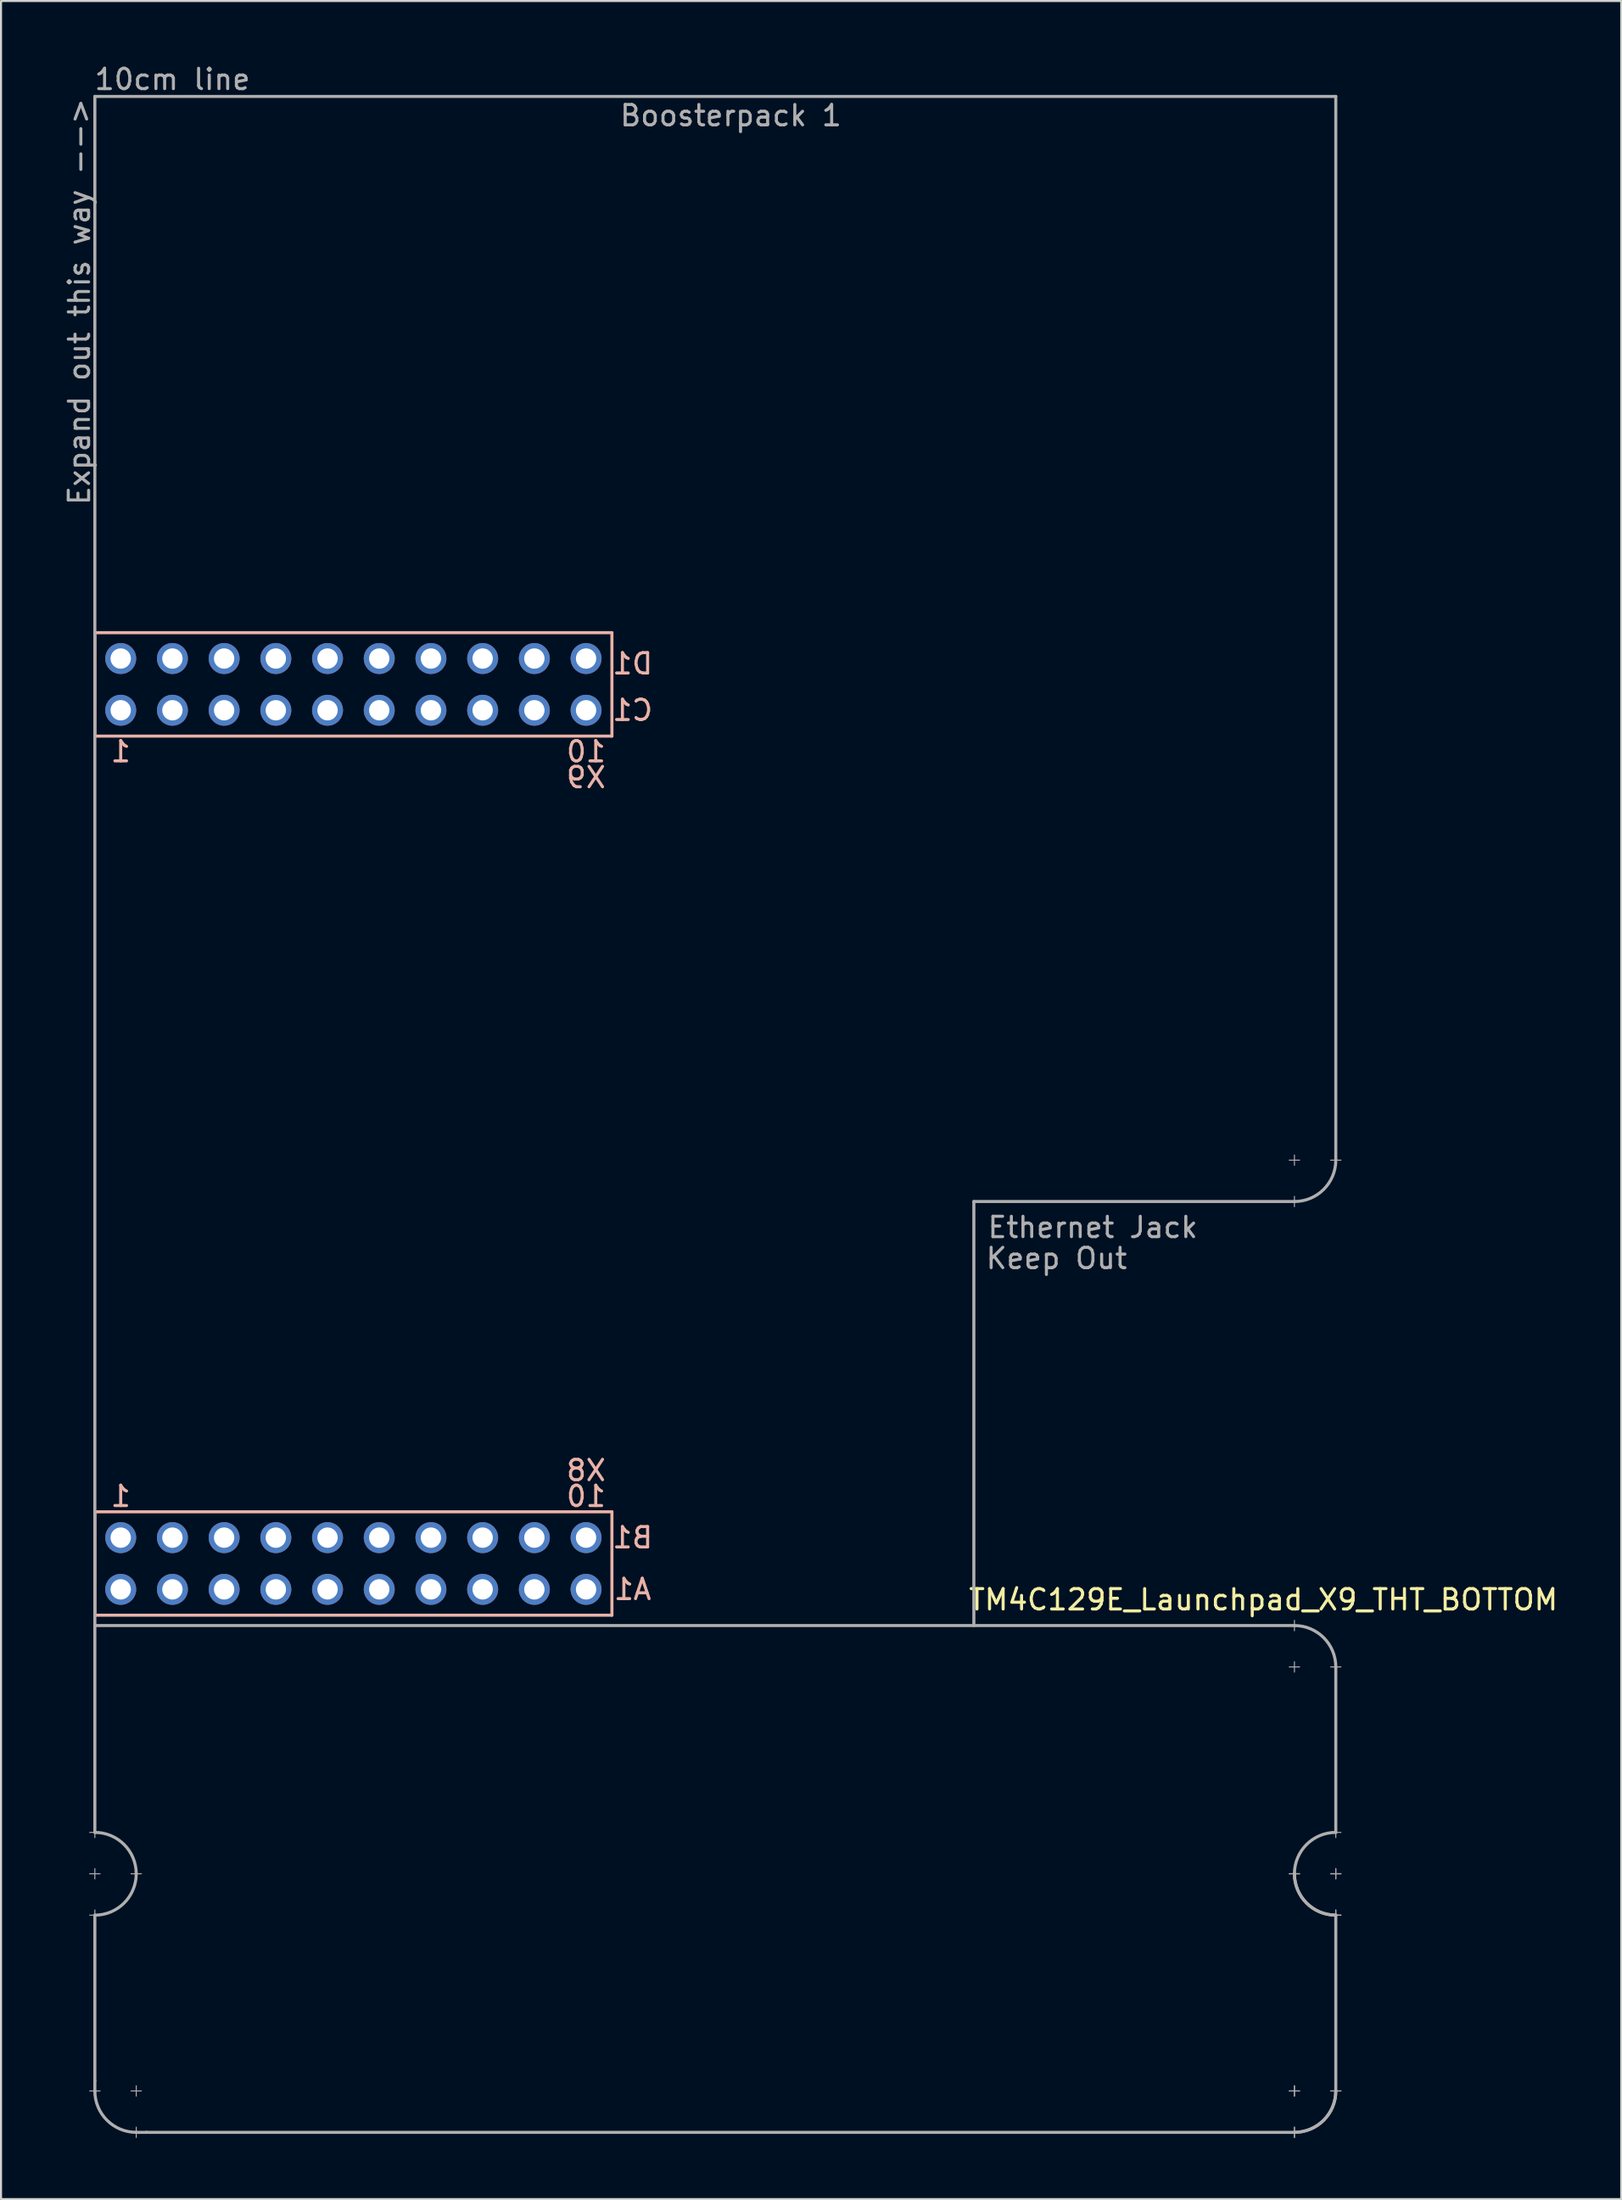
<source format=kicad_pcb>
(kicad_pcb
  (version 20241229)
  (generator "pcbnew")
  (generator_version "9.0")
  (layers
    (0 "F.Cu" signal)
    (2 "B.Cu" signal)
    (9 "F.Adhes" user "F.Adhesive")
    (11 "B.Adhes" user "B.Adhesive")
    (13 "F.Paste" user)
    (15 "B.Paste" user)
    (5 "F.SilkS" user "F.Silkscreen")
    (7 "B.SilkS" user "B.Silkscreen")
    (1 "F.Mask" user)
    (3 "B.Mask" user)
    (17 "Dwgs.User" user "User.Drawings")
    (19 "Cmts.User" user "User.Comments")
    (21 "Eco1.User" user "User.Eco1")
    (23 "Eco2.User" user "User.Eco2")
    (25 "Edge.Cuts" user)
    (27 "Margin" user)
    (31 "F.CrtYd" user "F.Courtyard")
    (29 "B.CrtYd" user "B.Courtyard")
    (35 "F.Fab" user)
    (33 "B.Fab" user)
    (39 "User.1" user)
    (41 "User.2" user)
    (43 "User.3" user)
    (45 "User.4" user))
  (footprint "TM4C129E_Launchpad_X9_THT_BOTTOM"
    (layer "F.Cu")
    (at 1.61 76.286)
    (property "Reference" "TM4C129E_Launchpad_X9_THT_BOTTOM" (at 57.404 -0.762 180) (layer "F.SilkS") (effects (font (size 1 1) (thickness 0.15))))
    (attr through_hole)
    (fp_line (start 0 -48.26) (end 0 -43.18) (stroke (width 0.15) (type solid)) (layer "B.SilkS"))
    (fp_line (start 0 -43.18) (end 25.4 -43.18) (stroke (width 0.15) (type solid)) (layer "B.SilkS"))
    (fp_line (start 0 -5.08) (end 0 0) (stroke (width 0.15) (type solid)) (layer "B.SilkS"))
    (fp_line (start 0 0) (end 25.4 0) (stroke (width 0.15) (type solid)) (layer "B.SilkS"))
    (fp_line (start 25.4 -48.26) (end 0 -48.26) (stroke (width 0.15) (type solid)) (layer "B.SilkS"))
    (fp_line (start 25.4 -43.18) (end 25.4 -48.26) (stroke (width 0.15) (type solid)) (layer "B.SilkS"))
    (fp_line (start 25.4 -5.08) (end 0 -5.08) (stroke (width 0.15) (type solid)) (layer "B.SilkS"))
    (fp_line (start 25.4 0) (end 25.4 -5.08) (stroke (width 0.15) (type solid)) (layer "B.SilkS"))
    (fp_line (start -0.254 10.668) (end 0.254 10.668) (stroke (width 0.05) (type solid)) (layer "F.Fab"))
    (fp_line (start -0.254 12.7) (end 0.254 12.7) (stroke (width 0.05) (type solid)) (layer "F.Fab"))
    (fp_line (start -0.254 14.732) (end 0.254 14.732) (stroke (width 0.05) (type solid)) (layer "F.Fab"))
    (fp_line (start -0.254 23.368) (end 0.254 23.368) (stroke (width 0.05) (type solid)) (layer "F.Fab"))
    (fp_line (start 0 -74.6) (end 60.96 -74.6) (stroke (width 0.15) (type solid)) (layer "F.Fab"))
    (fp_line (start 0 0) (end 0 -74.6) (stroke (width 0.15) (type solid)) (layer "F.Fab"))
    (fp_line (start 0 0) (end 0 10.668) (stroke (width 0.15) (type solid)) (layer "F.Fab"))
    (fp_line (start 0 0.508) (end 58.928 0.508) (stroke (width 0.15) (type solid)) (layer "F.Fab"))
    (fp_line (start 0 10.922) (end 0 10.414) (stroke (width 0.05) (type solid)) (layer "F.Fab"))
    (fp_line (start 0 12.954) (end 0 12.446) (stroke (width 0.05) (type solid)) (layer "F.Fab"))
    (fp_line (start 0 14.732) (end 0 22.86) (stroke (width 0.15) (type solid)) (layer "F.Fab"))
    (fp_line (start 0 14.986) (end 0 14.478) (stroke (width 0.05) (type solid)) (layer "F.Fab"))
    (fp_line (start 0 22.86) (end 0 23.393) (stroke (width 0.15) (type solid)) (layer "F.Fab"))
    (fp_line (start 1.778 12.7) (end 2.286 12.7) (stroke (width 0.05) (type solid)) (layer "F.Fab"))
    (fp_line (start 1.778 23.368) (end 2.286 23.368) (stroke (width 0.05) (type solid)) (layer "F.Fab"))
    (fp_line (start 2.032 23.622) (end 2.032 23.114) (stroke (width 0.05) (type solid)) (layer "F.Fab"))
    (fp_line (start 2.032 25.654) (end 2.032 25.146) (stroke (width 0.05) (type solid)) (layer "F.Fab"))
    (fp_line (start 2.54 25.4) (end 2.032 25.4) (stroke (width 0.15) (type solid)) (layer "F.Fab"))
    (fp_line (start 43.18 -20.32) (end 43.18 0.508) (stroke (width 0.15) (type solid)) (layer "F.Fab"))
    (fp_line (start 58.674 -22.352) (end 59.182 -22.352) (stroke (width 0.05) (type solid)) (layer "F.Fab"))
    (fp_line (start 58.674 2.54) (end 59.182 2.54) (stroke (width 0.05) (type solid)) (layer "F.Fab"))
    (fp_line (start 58.674 12.7) (end 59.182 12.7) (stroke (width 0.05) (type solid)) (layer "F.Fab"))
    (fp_line (start 58.674 12.7) (end 59.182 12.7) (stroke (width 0.05) (type solid)) (layer "F.Fab"))
    (fp_line (start 58.928 -22.606) (end 58.928 -22.098) (stroke (width 0.05) (type solid)) (layer "F.Fab"))
    (fp_line (start 58.928 -20.574) (end 58.928 -20.066) (stroke (width 0.05) (type solid)) (layer "F.Fab"))
    (fp_line (start 58.928 -20.32) (end 43.18 -20.32) (stroke (width 0.15) (type solid)) (layer "F.Fab"))
    (fp_line (start 58.928 0.762) (end 58.928 0.254) (stroke (width 0.05) (type solid)) (layer "F.Fab"))
    (fp_line (start 58.928 2.794) (end 58.928 2.286) (stroke (width 0.05) (type solid)) (layer "F.Fab"))
    (fp_line (start 58.928 23.622) (end 58.928 23.114) (stroke (width 0.05) (type solid)) (layer "F.Fab"))
    (fp_line (start 58.928 23.622) (end 58.928 23.114) (stroke (width 0.05) (type solid)) (layer "F.Fab"))
    (fp_line (start 58.928 25.4) (end 2.54 25.4) (stroke (width 0.15) (type solid)) (layer "F.Fab"))
    (fp_line (start 58.928 25.654) (end 58.928 25.146) (stroke (width 0.05) (type solid)) (layer "F.Fab"))
    (fp_line (start 58.928 25.654) (end 58.928 25.146) (stroke (width 0.05) (type solid)) (layer "F.Fab"))
    (fp_line (start 59.182 23.368) (end 58.674 23.368) (stroke (width 0.05) (type solid)) (layer "F.Fab"))
    (fp_line (start 59.182 23.368) (end 58.674 23.368) (stroke (width 0.05) (type solid)) (layer "F.Fab"))
    (fp_line (start 60.706 -22.352) (end 61.214 -22.352) (stroke (width 0.05) (type solid)) (layer "F.Fab"))
    (fp_line (start 60.706 2.54) (end 61.214 2.54) (stroke (width 0.05) (type solid)) (layer "F.Fab"))
    (fp_line (start 60.706 10.668) (end 61.214 10.668) (stroke (width 0.05) (type solid)) (layer "F.Fab"))
    (fp_line (start 60.706 12.7) (end 61.214 12.7) (stroke (width 0.05) (type solid)) (layer "F.Fab"))
    (fp_line (start 60.706 12.7) (end 61.214 12.7) (stroke (width 0.05) (type solid)) (layer "F.Fab"))
    (fp_line (start 60.706 14.732) (end 61.214 14.732) (stroke (width 0.05) (type solid)) (layer "F.Fab"))
    (fp_line (start 60.706 14.732) (end 61.214 14.732) (stroke (width 0.05) (type solid)) (layer "F.Fab"))
    (fp_line (start 60.96 -74.6) (end 60.96 -22.352) (stroke (width 0.15) (type solid)) (layer "F.Fab"))
    (fp_line (start 60.96 2.54) (end 60.96 10.668) (stroke (width 0.15) (type solid)) (layer "F.Fab"))
    (fp_line (start 60.96 10.922) (end 60.96 10.414) (stroke (width 0.05) (type solid)) (layer "F.Fab"))
    (fp_line (start 60.96 12.954) (end 60.96 12.446) (stroke (width 0.05) (type solid)) (layer "F.Fab"))
    (fp_line (start 60.96 12.954) (end 60.96 12.446) (stroke (width 0.05) (type solid)) (layer "F.Fab"))
    (fp_line (start 60.96 14.732) (end 60.96 23.368) (stroke (width 0.15) (type solid)) (layer "F.Fab"))
    (fp_line (start 60.96 14.986) (end 60.96 14.478) (stroke (width 0.05) (type solid)) (layer "F.Fab"))
    (fp_line (start 60.96 14.986) (end 60.96 14.478) (stroke (width 0.05) (type solid)) (layer "F.Fab"))
    (fp_line (start 60.96 23.622) (end 60.96 23.114) (stroke (width 0.05) (type solid)) (layer "F.Fab"))
    (fp_line (start 60.96 23.622) (end 60.96 23.114) (stroke (width 0.05) (type solid)) (layer "F.Fab"))
    (fp_line (start 61.214 23.368) (end 60.706 23.368) (stroke (width 0.05) (type solid)) (layer "F.Fab"))
    (fp_line (start 61.214 23.368) (end 60.706 23.368) (stroke (width 0.05) (type solid)) (layer "F.Fab"))
    (fp_arc (start 0 10.668) (mid 1.436841 11.263159) (end 2.032 12.7) (stroke (width 0.15) (type solid)) (layer "F.Fab"))
    (fp_arc (start 2.032 12.7) (mid 1.436841 14.136841) (end 0 14.732) (stroke (width 0.15) (type solid)) (layer "F.Fab"))
    (fp_arc (start 2.032 25.4) (mid 0.595159 24.804841) (end 0 23.368) (stroke (width 0.15) (type solid)) (layer "F.Fab"))
    (fp_arc (start 58.928 0.508) (mid 60.364841 1.103159) (end 60.96 2.54) (stroke (width 0.15) (type solid)) (layer "F.Fab"))
    (fp_arc (start 58.928 12.7) (mid 59.523159 11.263159) (end 60.96 10.668) (stroke (width 0.15) (type solid)) (layer "F.Fab"))
    (fp_arc (start 60.96 -22.352) (mid 60.364841 -20.915159) (end 58.928 -20.32) (stroke (width 0.15) (type solid)) (layer "F.Fab"))
    (fp_arc (start 60.96 14.732) (mid 59.523159 14.136841) (end 58.928 12.7) (stroke (width 0.15) (type solid)) (layer "F.Fab"))
    (fp_arc (start 60.96 14.732) (mid 59.523159 14.136841) (end 58.928 12.7) (stroke (width 0.15) (type solid)) (layer "F.Fab"))
    (fp_arc (start 60.96 23.368) (mid 60.364841 24.804841) (end 58.928 25.4) (stroke (width 0.15) (type solid)) (layer "F.Fab"))
    (fp_arc (start 60.96 23.368) (mid 60.364841 24.804841) (end 58.928 25.4) (stroke (width 0.15) (type solid)) (layer "F.Fab"))
    (fp_text user "D1" (at 26.416 -46.736 180) (layer "B.SilkS") (effects (font (size 1 1) (thickness 0.15)) (justify mirror)))
    (fp_text user "C1" (at 26.416 -44.45 180) (layer "B.SilkS") (effects (font (size 1 1) (thickness 0.15)) (justify mirror)))
    (fp_text user "1" (at 1.27 -42.418 180) (layer "B.SilkS") (effects (font (size 1 1) (thickness 0.15)) (justify mirror)))
    (fp_text user "X9" (at 24.13 -41.148 180) (layer "B.SilkS") (effects (font (size 1 1) (thickness 0.15)) (justify mirror)))
    (fp_text user "A1" (at 26.416 -1.27 180) (layer "B.SilkS") (effects (font (size 1 1) (thickness 0.15)) (justify mirror)))
    (fp_text user "X8" (at 24.13 -7.112 180) (layer "B.SilkS") (effects (font (size 1 1) (thickness 0.15)) (justify mirror)))
    (fp_text user "1" (at 1.27 -5.842 180) (layer "B.SilkS") (effects (font (size 1 1) (thickness 0.15)) (justify mirror)))
    (fp_text user "B1" (at 26.416 -3.81 180) (layer "B.SilkS") (effects (font (size 1 1) (thickness 0.15)) (justify mirror)))
    (fp_text user "10" (at 24.13 -42.418 180) (layer "B.SilkS") (effects (font (size 1 1) (thickness 0.15)) (justify mirror)))
    (fp_text user "10" (at 24.13 -5.842 180) (layer "B.SilkS") (effects (font (size 1 1) (thickness 0.15)) (justify mirror)))
    (fp_text user "Ethernet Jack" (at 49.022 -19.05 0) (layer "F.Fab") (effects (font (size 1 1) (thickness 0.15))))
    (fp_text user "Keep Out" (at 47.244 -17.526 0) (layer "F.Fab") (effects (font (size 1 1) (thickness 0.15))))
    (fp_text user "Boosterpack 1" (at 31.242 -73.66 0) (layer "F.Fab") (effects (font (size 1 1) (thickness 0.15))))
    (fp_text user "Expand out this way -->" (at -0.762 -64.516 90) (layer "F.Fab") (effects (font (size 1 1) (thickness 0.15))))
    (fp_text user "10cm line" (at 3.81 -75.438 0) (layer "F.Fab") (effects (font (size 1 1) (thickness 0.15))))
    (pad "+3V3" thru_hole circle (at 1.27 -1.27 180) (size 1.52 1.52) (drill 1) (layers "*.Cu" "*.Mask" "F.Paste"))
    (pad "+5V" thru_hole circle (at 1.27 -3.81 180) (size 1.52 1.52) (drill 1) (layers "*.Cu" "*.Mask" "F.Paste"))
    (pad "GND" thru_hole circle (at 1.27 -46.99 180) (size 1.52 1.52) (drill 1) (layers "*.Cu" "*.Mask" "F.Paste"))
    (pad "GND" thru_hole circle (at 3.81 -3.81 180) (size 1.52 1.52) (drill 1) (layers "*.Cu" "*.Mask" "F.Paste"))
    (pad "PA6" thru_hole circle (at 19.05 -3.81 180) (size 1.52 1.52) (drill 1) (layers "*.Cu" "*.Mask" "F.Paste"))
    (pad "PB2" thru_hole circle (at 21.59 -1.27 180) (size 1.52 1.52) (drill 1) (layers "*.Cu" "*.Mask" "F.Paste"))
    (pad "PB3" thru_hole circle (at 24.13 -1.27 180) (size 1.52 1.52) (drill 1) (layers "*.Cu" "*.Mask" "F.Paste"))
    (pad "PC4" thru_hole circle (at 6.35 -1.27 180) (size 1.52 1.52) (drill 1) (layers "*.Cu" "*.Mask" "F.Paste"))
    (pad "PC5" thru_hole circle (at 8.89 -1.27 180) (size 1.52 1.52) (drill 1) (layers "*.Cu" "*.Mask" "F.Paste"))
    (pad "PC6" thru_hole circle (at 11.43 -1.27 180) (size 1.52 1.52) (drill 1) (layers "*.Cu" "*.Mask" "F.Paste"))
    (pad "PC7" thru_hole circle (at 19.05 -1.27 180) (size 1.52 1.52) (drill 1) (layers "*.Cu" "*.Mask" "F.Paste"))
    (pad "PD0" thru_hole circle (at 16.51 -46.99 180) (size 1.52 1.52) (drill 1) (layers "*.Cu" "*.Mask" "F.Paste"))
    (pad "PD1" thru_hole circle (at 13.97 -46.99 180) (size 1.52 1.52) (drill 1) (layers "*.Cu" "*.Mask" "F.Paste"))
    (pad "PD3" thru_hole circle (at 16.51 -1.27 180) (size 1.52 1.52) (drill 1) (layers "*.Cu" "*.Mask" "F.Paste"))
    (pad "PD7" thru_hole circle (at 16.51 -3.81 180) (size 1.52 1.52) (drill 1) (layers "*.Cu" "*.Mask" "F.Paste"))
    (pad "PE0" thru_hole circle (at 6.35 -3.81 180) (size 1.52 1.52) (drill 1) (layers "*.Cu" "*.Mask" "F.Paste"))
    (pad "PE1" thru_hole circle (at 8.89 -3.81 180) (size 1.52 1.52) (drill 1) (layers "*.Cu" "*.Mask" "F.Paste"))
    (pad "PE2" thru_hole circle (at 11.43 -3.81 180) (size 1.52 1.52) (drill 1) (layers "*.Cu" "*.Mask" "F.Paste"))
    (pad "PE3" thru_hole circle (at 13.97 -3.81 180) (size 1.52 1.52) (drill 1) (layers "*.Cu" "*.Mask" "F.Paste"))
    (pad "PE4" thru_hole circle (at 3.81 -1.27 180) (size 1.52 1.52) (drill 1) (layers "*.Cu" "*.Mask" "F.Paste"))
    (pad "PE5" thru_hole circle (at 13.97 -1.27 180) (size 1.52 1.52) (drill 1) (layers "*.Cu" "*.Mask" "F.Paste"))
    (pad "PF1" thru_hole circle (at 1.27 -44.45 180) (size 1.52 1.52) (drill 1) (layers "*.Cu" "*.Mask" "F.Paste"))
    (pad "PF2" thru_hole circle (at 3.81 -44.45 180) (size 1.52 1.52) (drill 1) (layers "*.Cu" "*.Mask" "F.Paste"))
    (pad "PF3" thru_hole circle (at 6.35 -44.45 180) (size 1.52 1.52) (drill 1) (layers "*.Cu" "*.Mask" "F.Paste"))
    (pad "PG0" thru_hole circle (at 8.89 -44.45 180) (size 1.52 1.52) (drill 1) (layers "*.Cu" "*.Mask" "F.Paste"))
    (pad "PH2" thru_hole circle (at 6.35 -46.99 180) (size 1.52 1.52) (drill 1) (layers "*.Cu" "*.Mask" "F.Paste"))
    (pad "PH3" thru_hole circle (at 8.89 -46.99 180) (size 1.52 1.52) (drill 1) (layers "*.Cu" "*.Mask" "F.Paste"))
    (pad "PL0" thru_hole circle (at 16.51 -44.45 180) (size 1.52 1.52) (drill 1) (layers "*.Cu" "*.Mask" "F.Paste"))
    (pad "PL1" thru_hole circle (at 19.05 -44.45 180) (size 1.52 1.52) (drill 1) (layers "*.Cu" "*.Mask" "F.Paste"))
    (pad "PL2" thru_hole circle (at 21.59 -44.45 180) (size 1.52 1.52) (drill 1) (layers "*.Cu" "*.Mask" "F.Paste"))
    (pad "PL3" thru_hole circle (at 24.13 -44.45 180) (size 1.52 1.52) (drill 1) (layers "*.Cu" "*.Mask" "F.Paste"))
    (pad "PL4" thru_hole circle (at 11.43 -44.45 180) (size 1.52 1.52) (drill 1) (layers "*.Cu" "*.Mask" "F.Paste"))
    (pad "PL5" thru_hole circle (at 13.97 -44.45 180) (size 1.52 1.52) (drill 1) (layers "*.Cu" "*.Mask" "F.Paste"))
    (pad "PM3" thru_hole circle (at 3.81 -46.99 180) (size 1.52 1.52) (drill 1) (layers "*.Cu" "*.Mask" "F.Paste"))
    (pad "PM4" thru_hole circle (at 21.59 -3.81 180) (size 1.52 1.52) (drill 1) (layers "*.Cu" "*.Mask" "F.Paste"))
    (pad "PM5" thru_hole circle (at 24.13 -3.81 180) (size 1.52 1.52) (drill 1) (layers "*.Cu" "*.Mask" "F.Paste"))
    (pad "PN2" thru_hole circle (at 19.05 -46.99 180) (size 1.52 1.52) (drill 1) (layers "*.Cu" "*.Mask" "F.Paste"))
    (pad "PN3" thru_hole circle (at 21.59 -46.99 180) (size 1.52 1.52) (drill 1) (layers "*.Cu" "*.Mask" "F.Paste"))
    (pad "PP2" thru_hole circle (at 24.13 -46.99 180) (size 1.52 1.52) (drill 1) (layers "*.Cu" "*.Mask" "F.Paste"))
    (pad "Rese" thru_hole circle (at 11.43 -46.99 180) (size 1.52 1.52) (drill 1) (layers "*.Cu" "*.Mask" "F.Paste")))
  (gr_rect
    (start -3 -3)
    (end 76.592 104.965)
    (stroke (width 0.1) (type default))
    (fill no)
    (layer "Edge.Cuts")))
</source>
